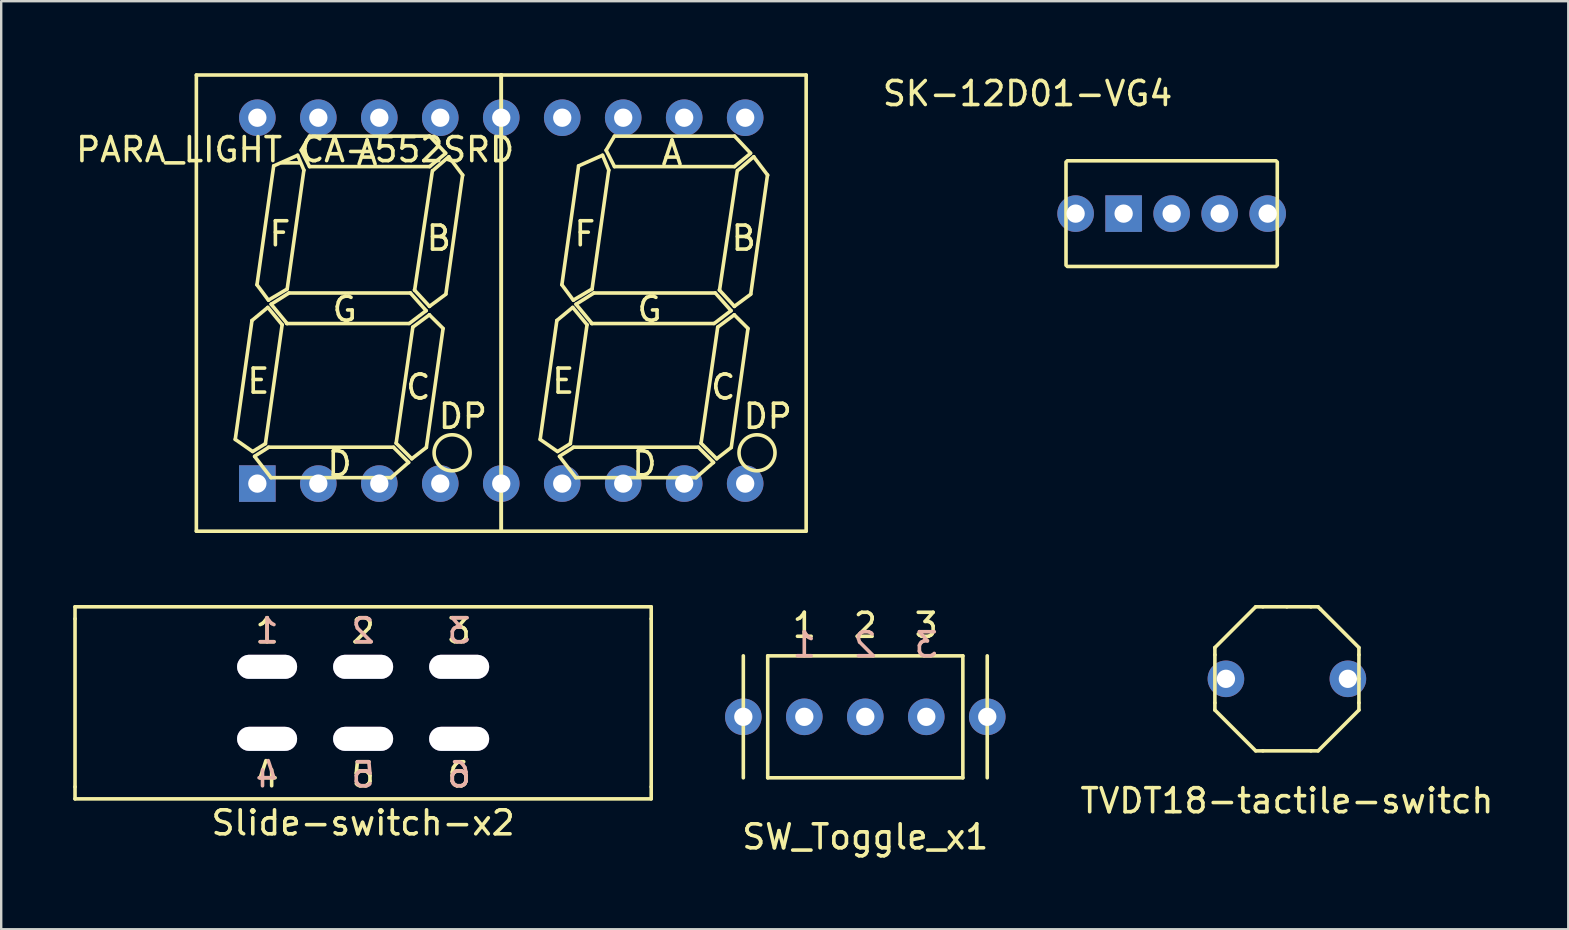
<source format=kicad_pcb>
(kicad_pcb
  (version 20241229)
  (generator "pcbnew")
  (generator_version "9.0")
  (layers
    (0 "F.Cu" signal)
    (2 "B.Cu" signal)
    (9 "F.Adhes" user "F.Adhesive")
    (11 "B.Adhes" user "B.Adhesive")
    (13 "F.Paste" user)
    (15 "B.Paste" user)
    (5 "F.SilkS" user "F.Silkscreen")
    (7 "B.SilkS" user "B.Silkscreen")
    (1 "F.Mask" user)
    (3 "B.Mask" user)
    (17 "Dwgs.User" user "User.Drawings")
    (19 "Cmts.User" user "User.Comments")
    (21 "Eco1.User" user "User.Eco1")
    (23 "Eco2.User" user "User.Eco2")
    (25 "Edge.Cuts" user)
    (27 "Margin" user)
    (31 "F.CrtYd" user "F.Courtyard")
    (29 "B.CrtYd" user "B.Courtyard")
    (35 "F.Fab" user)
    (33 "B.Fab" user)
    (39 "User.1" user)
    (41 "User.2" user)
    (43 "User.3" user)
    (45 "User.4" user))
  (footprint "SW_Toggle_x1"
    (layer "F.Cu")
    (at 32.992 26.808)
    (property "Reference" "SW_Toggle_x1" (at 0 5 0) (layer "F.SilkS") (effects (font (size 1 1) (thickness 0.15))))
    (attr through_hole)
    (fp_line (start -5.08 -2.54) (end -5.08 2.54) (stroke (width 0.15) (type solid)) (layer "F.SilkS"))
    (fp_line (start -4.064 -2.54) (end -4.064 2.54) (stroke (width 0.15) (type solid)) (layer "F.SilkS"))
    (fp_line (start -4.064 -2.54) (end 4.064 -2.54) (stroke (width 0.15) (type solid)) (layer "F.SilkS"))
    (fp_line (start -4.064 2.54) (end 4.064 2.54) (stroke (width 0.15) (type solid)) (layer "F.SilkS"))
    (fp_line (start 4.064 -2.54) (end 4.064 2.54) (stroke (width 0.15) (type solid)) (layer "F.SilkS"))
    (fp_line (start 5.08 -2.54) (end 5.08 2.54) (stroke (width 0.15) (type solid)) (layer "F.SilkS"))
    (fp_text user "3" (at 2.54 -3.81 0) (layer "F.SilkS") (effects (font (size 1 1) (thickness 0.15))))
    (fp_text user "2" (at 0 -3.81 0) (layer "F.SilkS") (effects (font (size 1 1) (thickness 0.15))))
    (fp_text user "1" (at -2.54 -3.81 0) (layer "F.SilkS") (effects (font (size 1 1) (thickness 0.15))))
    (fp_text user "3" (at 2.54 -3 0) (layer "B.SilkS") (effects (font (size 1 1) (thickness 0.15)) (justify mirror)))
    (fp_text user "1" (at -2.54 -3 0) (layer "B.SilkS") (effects (font (size 1 1) (thickness 0.15)) (justify mirror)))
    (fp_text user "2" (at 0 -3 0) (layer "B.SilkS") (effects (font (size 1 1) (thickness 0.15)) (justify mirror)))
    (pad "" np_thru_hole circle (at -5.08 0) (size 1.524 1.524) (drill 0.762) (layers "*.Cu" "*.Mask"))
    (pad "" np_thru_hole circle (at 5.08 0) (size 1.524 1.524) (drill 0.762) (layers "*.Cu" "*.Mask"))
    (pad "1" thru_hole circle (at -2.54 0) (size 1.524 1.524) (drill 0.762) (layers "*.Cu" "*.Mask"))
    (pad "2" thru_hole circle (at 0 0) (size 1.524 1.524) (drill 0.762) (layers "*.Cu" "*.Mask"))
    (pad "3" thru_hole circle (at 2.54 0) (size 1.524 1.524) (drill 0.762) (layers "*.Cu" "*.Mask")))
  (footprint "TVDT18-tactile-switch"
    (layer "F.Cu")
    (at 50.554 25.225)
    (property "Reference" "TVDT18-tactile-switch" (at 0 5.08 0) (layer "F.SilkS") (effects (font (size 1 1) (thickness 0.15))))
    (attr through_hole)
    (fp_line (start -3 -1.3) (end -1.3 -3) (stroke (width 0.15) (type solid)) (layer "F.SilkS"))
    (fp_line (start -3 -1) (end -3 -1.3) (stroke (width 0.15) (type solid)) (layer "F.SilkS"))
    (fp_line (start -3 1) (end -3 -1) (stroke (width 0.15) (type solid)) (layer "F.SilkS"))
    (fp_line (start -3 1) (end -3 1.3) (stroke (width 0.15) (type solid)) (layer "F.SilkS"))
    (fp_line (start -1.3 3) (end -3 1.3) (stroke (width 0.15) (type solid)) (layer "F.SilkS"))
    (fp_line (start -1 -3) (end -1.3 -3) (stroke (width 0.15) (type solid)) (layer "F.SilkS"))
    (fp_line (start -1 3) (end -1.3 3) (stroke (width 0.15) (type solid)) (layer "F.SilkS"))
    (fp_line (start 0 -3) (end -1 -3) (stroke (width 0.15) (type solid)) (layer "F.SilkS"))
    (fp_line (start 0 -3) (end 1 -3) (stroke (width 0.15) (type solid)) (layer "F.SilkS"))
    (fp_line (start 1 -3) (end 1.3 -3) (stroke (width 0.15) (type solid)) (layer "F.SilkS"))
    (fp_line (start 1 3) (end -1 3) (stroke (width 0.15) (type solid)) (layer "F.SilkS"))
    (fp_line (start 1 3) (end 1.3 3) (stroke (width 0.15) (type solid)) (layer "F.SilkS"))
    (fp_line (start 1.4 -2.9) (end 1.3 -3) (stroke (width 0.15) (type solid)) (layer "F.SilkS"))
    (fp_line (start 1.4 -2.9) (end 3 -1.3) (stroke (width 0.15) (type solid)) (layer "F.SilkS"))
    (fp_line (start 3 -1) (end 3 -1.3) (stroke (width 0.15) (type solid)) (layer "F.SilkS"))
    (fp_line (start 3 0) (end 3 -1) (stroke (width 0.15) (type solid)) (layer "F.SilkS"))
    (fp_line (start 3 0) (end 3 1) (stroke (width 0.15) (type solid)) (layer "F.SilkS"))
    (fp_line (start 3 1) (end 3 1.3) (stroke (width 0.15) (type solid)) (layer "F.SilkS"))
    (fp_line (start 3 1.3) (end 1.3 3) (stroke (width 0.15) (type solid)) (layer "F.SilkS"))
    (pad "1" thru_hole circle (at -2.54 0) (size 1.524 1.524) (drill 0.762) (layers "*.Cu" "*.Mask"))
    (pad "2" thru_hole circle (at 2.54 0) (size 1.524 1.524) (drill 0.762) (layers "*.Cu" "*.Mask")))
  (footprint "SK-12D01-VG4"
    (layer "F.Cu")
    (at 45.753 5.848)
    (property "Reference" "SK-12D01-VG4" (at -6 -5 0) (layer "F.SilkS") (effects (font (size 1 1) (thickness 0.15))))
    (attr through_hole)
    (fp_line (start -4.4 2.15) (end -4.4 -2.15) (stroke (width 0.15) (type solid)) (layer "F.SilkS"))
    (fp_line (start -4.35 -2.2) (end 4.35 -2.2) (stroke (width 0.15) (type solid)) (layer "F.SilkS"))
    (fp_line (start -4.35 2.2) (end 4.35 2.2) (stroke (width 0.15) (type solid)) (layer "F.SilkS"))
    (fp_line (start 4.4 2.15) (end 4.4 -2.15) (stroke (width 0.15) (type solid)) (layer "F.SilkS"))
    (pad "" np_thru_hole circle (at -4 0) (size 1.524 1.524) (drill 0.762) (layers "*.Cu" "*.Mask"))
    (pad "" thru_hole circle (at 4 0) (size 1.524 1.524) (drill 0.762) (layers "*.Cu" "*.Mask"))
    (pad "1" thru_hole rect (at -2 0) (size 1.524 1.524) (drill 0.762) (layers "*.Cu" "*.Mask"))
    (pad "2" thru_hole circle (at 0 0) (size 1.524 1.524) (drill 0.762) (layers "*.Cu" "*.Mask"))
    (pad "3" thru_hole circle (at 2 0) (size 1.524 1.524) (drill 0.762) (layers "*.Cu" "*.Mask")))
  (footprint "Slide-switch-x2"
    (layer "F.Cu")
    (at 12.075 26.225)
    (property "Reference" "Slide-switch-x2" (at 0 5 0) (layer "F.SilkS") (effects (font (size 1 1) (thickness 0.15))))
    (attr through_hole)
    (fp_line (start -12 -4) (end 12 -4) (stroke (width 0.15) (type solid)) (layer "F.SilkS"))
    (fp_line (start -12 -3.5) (end -12 -4) (stroke (width 0.15) (type solid)) (layer "F.SilkS"))
    (fp_line (start -12 3.5) (end -12 -3.5) (stroke (width 0.15) (type solid)) (layer "F.SilkS"))
    (fp_line (start -12 4) (end -12 3.5) (stroke (width 0.15) (type solid)) (layer "F.SilkS"))
    (fp_line (start 12 -4) (end 12 -3.5) (stroke (width 0.15) (type solid)) (layer "F.SilkS"))
    (fp_line (start 12 -3.5) (end 12 3.5) (stroke (width 0.15) (type solid)) (layer "F.SilkS"))
    (fp_line (start 12 3.5) (end 12 4) (stroke (width 0.15) (type solid)) (layer "F.SilkS"))
    (fp_line (start 12 4) (end -12 4) (stroke (width 0.15) (type solid)) (layer "F.SilkS"))
    (fp_text user "3" (at 4 -3 0) (layer "F.SilkS") (effects (font (size 1 1) (thickness 0.15))))
    (fp_text user "2" (at 0 -3 0) (layer "F.SilkS") (effects (font (size 1 1) (thickness 0.15))))
    (fp_text user "5" (at 0 3 0) (layer "F.SilkS") (effects (font (size 1 1) (thickness 0.15))))
    (fp_text user "4" (at -4 3 0) (layer "F.SilkS") (effects (font (size 1 1) (thickness 0.15))))
    (fp_text user "1" (at -4 -3 0) (layer "F.SilkS") (effects (font (size 1 1) (thickness 0.15))))
    (fp_text user "6" (at 4 3 0) (layer "F.SilkS") (effects (font (size 1 1) (thickness 0.15))))
    (fp_text user "2" (at 0 -3 0) (layer "B.SilkS") (effects (font (size 1 1) (thickness 0.15)) (justify mirror)))
    (fp_text user "4" (at -4 3 0) (layer "B.SilkS") (effects (font (size 1 1) (thickness 0.15)) (justify mirror)))
    (fp_text user "6" (at 4 3 0) (layer "B.SilkS") (effects (font (size 1 1) (thickness 0.15)) (justify mirror)))
    (fp_text user "3" (at 4 -3 0) (layer "B.SilkS") (effects (font (size 1 1) (thickness 0.15)) (justify mirror)))
    (fp_text user "5" (at 0 3 0) (layer "B.SilkS") (effects (font (size 1 1) (thickness 0.15)) (justify mirror)))
    (fp_text user "1" (at -4 -3 0) (layer "B.SilkS") (effects (font (size 1 1) (thickness 0.15)) (justify mirror)))
    (pad "1" thru_hole oval (at -4 -1.5) (size 2.5 1) (drill oval 2.5 1) (layers "*.Cu" "*.Mask"))
    (pad "2" thru_hole oval (at 0 -1.5) (size 2.5 1) (drill oval 2.5 1) (layers "*.Cu" "*.Mask"))
    (pad "3" thru_hole oval (at 4 -1.5) (size 2.5 1) (drill oval 2.5 1) (layers "*.Cu" "*.Mask"))
    (pad "4" thru_hole oval (at -4 1.5) (size 2.5 1) (drill oval 2.5 1) (layers "*.Cu" "*.Mask"))
    (pad "5" thru_hole oval (at 0 1.5) (size 2.5 1) (drill oval 2.5 1) (layers "*.Cu" "*.Mask"))
    (pad "6" thru_hole oval (at 4 1.5) (size 2.5 1) (drill oval 2.5 1) (layers "*.Cu" "*.Mask")))
  (footprint "PARA_LIGHT_CA-552SRD"
    (layer "F.Cu")
    (at 17.829 9.6)
    (property "Reference" "PARA_LIGHT_CA-552SRD" (at -8.585 -6.416 0) (layer "F.SilkS") (effects (font (size 1 1) (thickness 0.15))))
    (attr through_hole)
    (fp_line (start -12.7 -9.525) (end -12.7 9.475) (stroke (width 0.15) (type solid)) (layer "F.SilkS"))
    (fp_line (start -12.7 -9.525) (end 0 -9.525) (stroke (width 0.15) (type solid)) (layer "F.SilkS"))
    (fp_line (start -12.7 9.475) (end 0 9.475) (stroke (width 0.15) (type solid)) (layer "F.SilkS"))
    (fp_line (start -11.08 5.653) (end -10.384 0.701) (stroke (width 0.15) (type solid)) (layer "F.SilkS"))
    (fp_line (start -10.361 6.155) (end -11.08 5.653) (stroke (width 0.15) (type solid)) (layer "F.SilkS"))
    (fp_line (start -10.269 6.368) (end -9.591 7.246) (stroke (width 0.15) (type solid)) (layer "F.SilkS"))
    (fp_line (start -10.175 -0.787) (end -9.696 -0.143) (stroke (width 0.15) (type solid)) (layer "F.SilkS"))
    (fp_line (start -9.823 5.83) (end -10.351 6.157) (stroke (width 0.15) (type solid)) (layer "F.SilkS"))
    (fp_line (start -9.823 5.83) (end -9.127 0.878) (stroke (width 0.15) (type solid)) (layer "F.SilkS"))
    (fp_line (start -9.728 0.158) (end -10.384 0.7) (stroke (width 0.15) (type solid)) (layer "F.SilkS"))
    (fp_line (start -9.695 -0.151) (end -8.917 -0.611) (stroke (width 0.15) (type solid)) (layer "F.SilkS"))
    (fp_line (start -9.687 5.982) (end -10.277 6.355) (stroke (width 0.15) (type solid)) (layer "F.SilkS"))
    (fp_line (start -9.588 0.02) (end -8.918 0.828) (stroke (width 0.15) (type solid)) (layer "F.SilkS"))
    (fp_line (start -9.479 -5.74) (end -10.175 -0.789) (stroke (width 0.15) (type solid)) (layer "F.SilkS"))
    (fp_line (start -9.479 -5.74) (end -8.483 -6.182) (stroke (width 0.15) (type solid)) (layer "F.SilkS"))
    (fp_line (start -9.127 0.877) (end -9.723 0.153) (stroke (width 0.15) (type solid)) (layer "F.SilkS"))
    (fp_line (start -8.839 -0.447) (end -9.581 0.021) (stroke (width 0.15) (type solid)) (layer "F.SilkS"))
    (fp_line (start -8.48 -6.184) (end -8.221 -5.563) (stroke (width 0.15) (type solid)) (layer "F.SilkS"))
    (fp_line (start -8.331 -6.391) (end -7.985 -5.71) (stroke (width 0.15) (type solid)) (layer "F.SilkS"))
    (fp_line (start -8.221 -5.563) (end -8.917 -0.612) (stroke (width 0.15) (type solid)) (layer "F.SilkS"))
    (fp_line (start -7.985 -6.98) (end -8.331 -6.391) (stroke (width 0.15) (type solid)) (layer "F.SilkS"))
    (fp_line (start -4.59 7.246) (end -9.59 7.246) (stroke (width 0.15) (type solid)) (layer "F.SilkS"))
    (fp_line (start -4.488 5.981) (end -3.856 6.614) (stroke (width 0.15) (type solid)) (layer "F.SilkS"))
    (fp_line (start -4.488 5.976) (end -9.698 5.976) (stroke (width 0.15) (type solid)) (layer "F.SilkS"))
    (fp_line (start -4.378 5.811) (end -3.683 0.973) (stroke (width 0.15) (type solid)) (layer "F.SilkS"))
    (fp_line (start -3.861 6.611) (end -4.59 7.246) (stroke (width 0.15) (type solid)) (layer "F.SilkS"))
    (fp_line (start -3.853 0.825) (end -8.943 0.825) (stroke (width 0.15) (type solid)) (layer "F.SilkS"))
    (fp_line (start -3.785 -0.448) (end -3.129 0.29) (stroke (width 0.15) (type solid)) (layer "F.SilkS"))
    (fp_line (start -3.782 -0.445) (end -8.85 -0.445) (stroke (width 0.15) (type solid)) (layer "F.SilkS"))
    (fp_line (start -3.728 6.459) (end -4.378 5.811) (stroke (width 0.15) (type solid)) (layer "F.SilkS"))
    (fp_line (start -3.617 -0.572) (end -2.987 0.112) (stroke (width 0.15) (type solid)) (layer "F.SilkS"))
    (fp_line (start -3.129 0.29) (end -3.833 0.826) (stroke (width 0.15) (type solid)) (layer "F.SilkS"))
    (fp_line (start -3.12 5.988) (end -3.728 6.459) (stroke (width 0.15) (type solid)) (layer "F.SilkS"))
    (fp_line (start -3.12 5.988) (end -2.424 1.037) (stroke (width 0.15) (type solid)) (layer "F.SilkS"))
    (fp_line (start -2.992 0.462) (end -3.675 0.968) (stroke (width 0.15) (type solid)) (layer "F.SilkS"))
    (fp_line (start -2.992 0.112) (end -2.306 -0.396) (stroke (width 0.15) (type solid)) (layer "F.SilkS"))
    (fp_line (start -2.984 -6.98) (end -7.984 -6.98) (stroke (width 0.15) (type solid)) (layer "F.SilkS"))
    (fp_line (start -2.984 -6.98) (end -2.319 -6.274) (stroke (width 0.15) (type solid)) (layer "F.SilkS"))
    (fp_line (start -2.984 -5.71) (end -7.984 -5.71) (stroke (width 0.15) (type solid)) (layer "F.SilkS"))
    (fp_line (start -2.868 -5.538) (end -3.609 -0.561) (stroke (width 0.15) (type solid)) (layer "F.SilkS"))
    (fp_line (start -2.848 -5.548) (end -2.182 -6.124) (stroke (width 0.15) (type solid)) (layer "F.SilkS"))
    (fp_line (start -2.424 1.03) (end -2.997 0.462) (stroke (width 0.15) (type solid)) (layer "F.SilkS"))
    (fp_line (start -2.314 -6.264) (end -2.984 -5.71) (stroke (width 0.15) (type solid)) (layer "F.SilkS"))
    (fp_line (start -2.182 -6.116) (end -1.603 -5.352) (stroke (width 0.15) (type solid)) (layer "F.SilkS"))
    (fp_line (start -1.61 -5.361) (end -2.306 -0.41) (stroke (width 0.15) (type solid)) (layer "F.SilkS"))
    (fp_line (start 0 -9.525) (end 0 9.475) (stroke (width 0.15) (type solid)) (layer "F.SilkS"))
    (fp_line (start 0 -9.525) (end 0 9.475) (stroke (width 0.15) (type solid)) (layer "F.SilkS"))
    (fp_line (start 0 -9.525) (end 12.7 -9.525) (stroke (width 0.15) (type solid)) (layer "F.SilkS"))
    (fp_line (start 0 9.475) (end 12.7 9.475) (stroke (width 0.15) (type solid)) (layer "F.SilkS"))
    (fp_line (start 1.62 5.653) (end 2.316 0.701) (stroke (width 0.15) (type solid)) (layer "F.SilkS"))
    (fp_line (start 2.339 6.155) (end 1.62 5.653) (stroke (width 0.15) (type solid)) (layer "F.SilkS"))
    (fp_line (start 2.431 6.368) (end 3.109 7.246) (stroke (width 0.15) (type solid)) (layer "F.SilkS"))
    (fp_line (start 2.525 -0.787) (end 3.004 -0.143) (stroke (width 0.15) (type solid)) (layer "F.SilkS"))
    (fp_line (start 2.877 5.83) (end 2.349 6.157) (stroke (width 0.15) (type solid)) (layer "F.SilkS"))
    (fp_line (start 2.877 5.83) (end 3.573 0.878) (stroke (width 0.15) (type solid)) (layer "F.SilkS"))
    (fp_line (start 2.972 0.158) (end 2.316 0.7) (stroke (width 0.15) (type solid)) (layer "F.SilkS"))
    (fp_line (start 3.005 -0.151) (end 3.783 -0.611) (stroke (width 0.15) (type solid)) (layer "F.SilkS"))
    (fp_line (start 3.013 5.982) (end 2.423 6.355) (stroke (width 0.15) (type solid)) (layer "F.SilkS"))
    (fp_line (start 3.112 0.02) (end 3.782 0.828) (stroke (width 0.15) (type solid)) (layer "F.SilkS"))
    (fp_line (start 3.221 -5.74) (end 2.525 -0.789) (stroke (width 0.15) (type solid)) (layer "F.SilkS"))
    (fp_line (start 3.221 -5.74) (end 4.217 -6.182) (stroke (width 0.15) (type solid)) (layer "F.SilkS"))
    (fp_line (start 3.573 0.877) (end 2.977 0.153) (stroke (width 0.15) (type solid)) (layer "F.SilkS"))
    (fp_line (start 3.861 -0.447) (end 3.119 0.021) (stroke (width 0.15) (type solid)) (layer "F.SilkS"))
    (fp_line (start 4.22 -6.184) (end 4.479 -5.563) (stroke (width 0.15) (type solid)) (layer "F.SilkS"))
    (fp_line (start 4.369 -6.391) (end 4.715 -5.71) (stroke (width 0.15) (type solid)) (layer "F.SilkS"))
    (fp_line (start 4.479 -5.563) (end 3.783 -0.612) (stroke (width 0.15) (type solid)) (layer "F.SilkS"))
    (fp_line (start 4.715 -6.98) (end 4.369 -6.391) (stroke (width 0.15) (type solid)) (layer "F.SilkS"))
    (fp_line (start 8.11 7.246) (end 3.11 7.246) (stroke (width 0.15) (type solid)) (layer "F.SilkS"))
    (fp_line (start 8.212 5.981) (end 8.844 6.614) (stroke (width 0.15) (type solid)) (layer "F.SilkS"))
    (fp_line (start 8.212 5.976) (end 3.002 5.976) (stroke (width 0.15) (type solid)) (layer "F.SilkS"))
    (fp_line (start 8.322 5.811) (end 9.017 0.973) (stroke (width 0.15) (type solid)) (layer "F.SilkS"))
    (fp_line (start 8.839 6.611) (end 8.11 7.246) (stroke (width 0.15) (type solid)) (layer "F.SilkS"))
    (fp_line (start 8.847 0.825) (end 3.757 0.825) (stroke (width 0.15) (type solid)) (layer "F.SilkS"))
    (fp_line (start 8.915 -0.448) (end 9.571 0.29) (stroke (width 0.15) (type solid)) (layer "F.SilkS"))
    (fp_line (start 8.918 -0.445) (end 3.85 -0.445) (stroke (width 0.15) (type solid)) (layer "F.SilkS"))
    (fp_line (start 8.972 6.459) (end 8.322 5.811) (stroke (width 0.15) (type solid)) (layer "F.SilkS"))
    (fp_line (start 9.083 -0.572) (end 9.713 0.112) (stroke (width 0.15) (type solid)) (layer "F.SilkS"))
    (fp_line (start 9.571 0.29) (end 8.867 0.826) (stroke (width 0.15) (type solid)) (layer "F.SilkS"))
    (fp_line (start 9.58 5.988) (end 8.972 6.459) (stroke (width 0.15) (type solid)) (layer "F.SilkS"))
    (fp_line (start 9.58 5.988) (end 10.276 1.037) (stroke (width 0.15) (type solid)) (layer "F.SilkS"))
    (fp_line (start 9.708 0.462) (end 9.025 0.968) (stroke (width 0.15) (type solid)) (layer "F.SilkS"))
    (fp_line (start 9.708 0.112) (end 10.394 -0.396) (stroke (width 0.15) (type solid)) (layer "F.SilkS"))
    (fp_line (start 9.716 -6.98) (end 4.716 -6.98) (stroke (width 0.15) (type solid)) (layer "F.SilkS"))
    (fp_line (start 9.716 -6.98) (end 10.381 -6.274) (stroke (width 0.15) (type solid)) (layer "F.SilkS"))
    (fp_line (start 9.716 -5.71) (end 4.716 -5.71) (stroke (width 0.15) (type solid)) (layer "F.SilkS"))
    (fp_line (start 9.832 -5.538) (end 9.091 -0.561) (stroke (width 0.15) (type solid)) (layer "F.SilkS"))
    (fp_line (start 9.852 -5.548) (end 10.518 -6.124) (stroke (width 0.15) (type solid)) (layer "F.SilkS"))
    (fp_line (start 10.276 1.03) (end 9.703 0.462) (stroke (width 0.15) (type solid)) (layer "F.SilkS"))
    (fp_line (start 10.386 -6.264) (end 9.716 -5.71) (stroke (width 0.15) (type solid)) (layer "F.SilkS"))
    (fp_line (start 10.518 -6.116) (end 11.097 -5.352) (stroke (width 0.15) (type solid)) (layer "F.SilkS"))
    (fp_line (start 11.09 -5.361) (end 10.394 -0.41) (stroke (width 0.15) (type solid)) (layer "F.SilkS"))
    (fp_line (start 12.7 -9.525) (end 12.7 9.475) (stroke (width 0.15) (type solid)) (layer "F.SilkS"))
    (fp_circle (center -2.047 6.21) (end -1.297 6.21) (stroke (width 0.15) (type solid)) (fill no) (layer "F.SilkS"))
    (fp_circle (center 10.653 6.21) (end 11.403 6.21) (stroke (width 0.15) (type solid)) (fill no) (layer "F.SilkS"))
    (fp_text user "G" (at 6.18 0.234 0) (layer "F.SilkS") (effects (font (size 1 1) (thickness 0.15))))
    (fp_text user "A" (at -5.588 -6.276 0) (layer "F.SilkS") (effects (font (size 1 1) (thickness 0.15))))
    (fp_text user "D" (at 5.964 6.673 0) (layer "F.SilkS") (effects (font (size 1 1) (thickness 0.15))))
    (fp_text user "E" (at -10.117 3.226 0) (layer "F.SilkS") (effects (font (size 1 1) (thickness 0.15))))
    (fp_text user "B" (at 10.099 -2.731 0) (layer "F.SilkS") (effects (font (size 1 1) (thickness 0.15))))
    (fp_text user "C" (at 9.246 3.472 0) (layer "F.SilkS") (effects (font (size 1 1) (thickness 0.15))))
    (fp_text user "DP" (at -1.598 4.691 0) (layer "F.SilkS") (effects (font (size 1 1) (thickness 0.15))))
    (fp_text user "F" (at 3.482 -2.911 0) (layer "F.SilkS") (effects (font (size 1 1) (thickness 0.15))))
    (fp_text user "C" (at -3.454 3.472 0) (layer "F.SilkS") (effects (font (size 1 1) (thickness 0.15))))
    (fp_text user "DP" (at 11.102 4.691 0) (layer "F.SilkS") (effects (font (size 1 1) (thickness 0.15))))
    (fp_text user "G" (at -6.52 0.234 0) (layer "F.SilkS") (effects (font (size 1 1) (thickness 0.15))))
    (fp_text user "A" (at 7.112 -6.276 0) (layer "F.SilkS") (effects (font (size 1 1) (thickness 0.15))))
    (fp_text user "F" (at -9.218 -2.911 0) (layer "F.SilkS") (effects (font (size 1 1) (thickness 0.15))))
    (fp_text user "E" (at 2.583 3.226 0) (layer "F.SilkS") (effects (font (size 1 1) (thickness 0.15))))
    (fp_text user "B" (at -2.601 -2.731 0) (layer "F.SilkS") (effects (font (size 1 1) (thickness 0.15))))
    (fp_text user "D" (at -6.736 6.673 0) (layer "F.SilkS") (effects (font (size 1 1) (thickness 0.15))))
    (pad "1" thru_hole rect (at -10.16 7.493) (size 1.524 1.524) (drill 0.762) (layers "*.Cu" "*.Mask"))
    (pad "2" thru_hole circle (at -7.62 7.493) (size 1.524 1.524) (drill 0.762) (layers "*.Cu" "*.Mask"))
    (pad "3" thru_hole circle (at -5.08 7.493) (size 1.524 1.524) (drill 0.762) (layers "*.Cu" "*.Mask"))
    (pad "4" thru_hole circle (at -2.54 7.493) (size 1.524 1.524) (drill 0.762) (layers "*.Cu" "*.Mask"))
    (pad "5" thru_hole circle (at 0 7.493) (size 1.524 1.524) (drill 0.762) (layers "*.Cu" "*.Mask"))
    (pad "6" thru_hole circle (at 2.54 7.493) (size 1.524 1.524) (drill 0.762) (layers "*.Cu" "*.Mask"))
    (pad "7" thru_hole circle (at 5.08 7.493) (size 1.524 1.524) (drill 0.762) (layers "*.Cu" "*.Mask"))
    (pad "8" thru_hole circle (at 7.62 7.493) (size 1.524 1.524) (drill 0.762) (layers "*.Cu" "*.Mask"))
    (pad "9" thru_hole circle (at 10.16 7.493) (size 1.524 1.524) (drill 0.762) (layers "*.Cu" "*.Mask"))
    (pad "10" thru_hole circle (at 10.16 -7.747) (size 1.524 1.524) (drill 0.762) (layers "*.Cu" "*.Mask"))
    (pad "11" thru_hole circle (at 7.62 -7.747) (size 1.524 1.524) (drill 0.762) (layers "*.Cu" "*.Mask"))
    (pad "12" thru_hole circle (at 5.08 -7.747) (size 1.524 1.524) (drill 0.762) (layers "*.Cu" "*.Mask"))
    (pad "13" thru_hole circle (at 2.54 -7.747) (size 1.524 1.524) (drill 0.762) (layers "*.Cu" "*.Mask"))
    (pad "14" thru_hole circle (at 0 -7.747) (size 1.524 1.524) (drill 0.762) (layers "*.Cu" "*.Mask"))
    (pad "15" thru_hole circle (at -2.54 -7.747) (size 1.524 1.524) (drill 0.762) (layers "*.Cu" "*.Mask"))
    (pad "16" thru_hole circle (at -5.08 -7.747) (size 1.524 1.524) (drill 0.762) (layers "*.Cu" "*.Mask"))
    (pad "17" thru_hole circle (at -7.62 -7.747) (size 1.524 1.524) (drill 0.762) (layers "*.Cu" "*.Mask"))
    (pad "18" thru_hole circle (at -10.16 -7.747) (size 1.524 1.524) (drill 0.762) (layers "*.Cu" "*.Mask")))
  (gr_rect
    (start -3 -3)
    (end 62.274 35.657)
    (stroke (width 0.1) (type default))
    (fill no)
    (layer "Edge.Cuts")))
</source>
